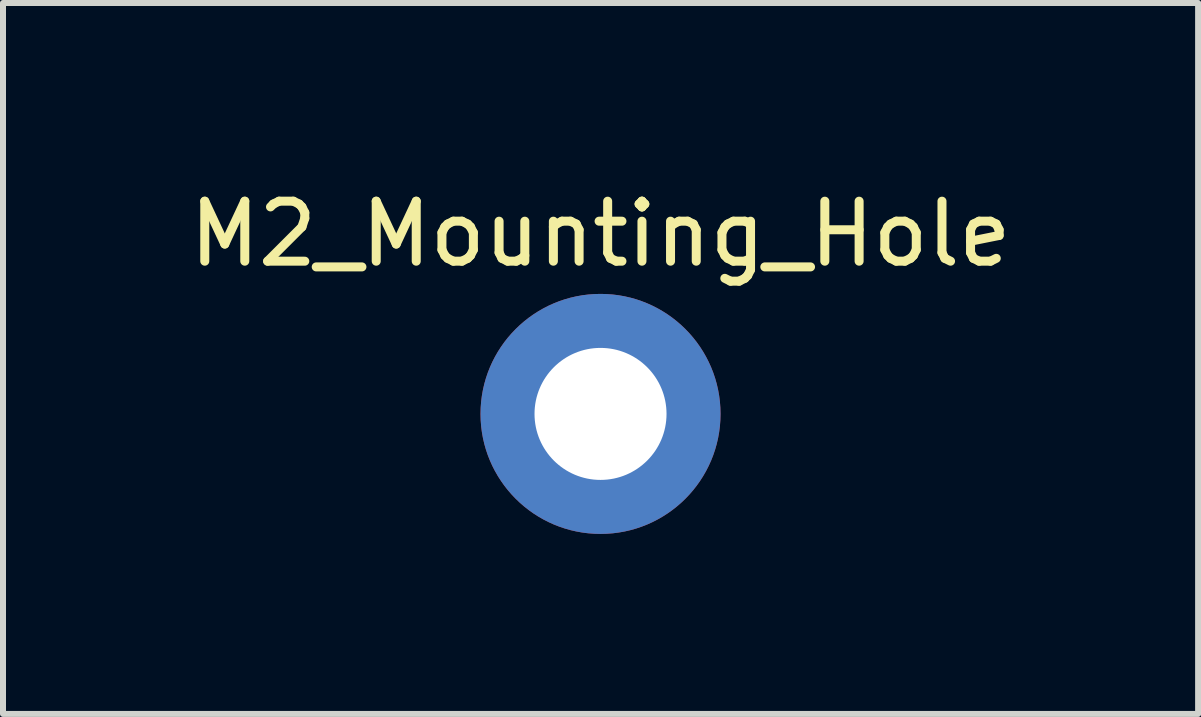
<source format=kicad_pcb>
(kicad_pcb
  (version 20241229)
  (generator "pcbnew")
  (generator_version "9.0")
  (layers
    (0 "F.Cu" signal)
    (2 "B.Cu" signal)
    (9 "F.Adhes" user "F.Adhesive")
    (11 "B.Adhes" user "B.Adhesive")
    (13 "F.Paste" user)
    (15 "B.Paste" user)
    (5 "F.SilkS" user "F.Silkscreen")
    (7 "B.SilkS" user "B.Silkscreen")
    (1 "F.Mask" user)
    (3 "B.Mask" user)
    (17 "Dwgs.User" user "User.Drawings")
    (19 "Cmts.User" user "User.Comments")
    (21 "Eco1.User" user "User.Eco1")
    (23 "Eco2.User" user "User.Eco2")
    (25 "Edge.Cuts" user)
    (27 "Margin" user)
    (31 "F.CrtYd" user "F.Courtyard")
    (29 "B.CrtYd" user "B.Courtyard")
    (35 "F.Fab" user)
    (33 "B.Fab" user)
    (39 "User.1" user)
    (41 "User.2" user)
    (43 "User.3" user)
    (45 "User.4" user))
  (footprint "M2_Mounting_Hole"
    (layer "F.Cu")
    (at 6.958 3.848)
    (property "Reference" "M2_Mounting_Hole" (at 0 -3 0) (layer "F.SilkS") (effects (font (size 1 1) (thickness 0.15))))
    (attr through_hole)
    (pad "" np_thru_hole circle (at 0 0) (size 4 4) (drill 2.2) (layers "*.Cu" "*.Mask")))
  (gr_rect
    (start -3 -3)
    (end 16.917 8.848)
    (stroke (width 0.1) (type default))
    (fill no)
    (layer "Edge.Cuts")))
</source>
